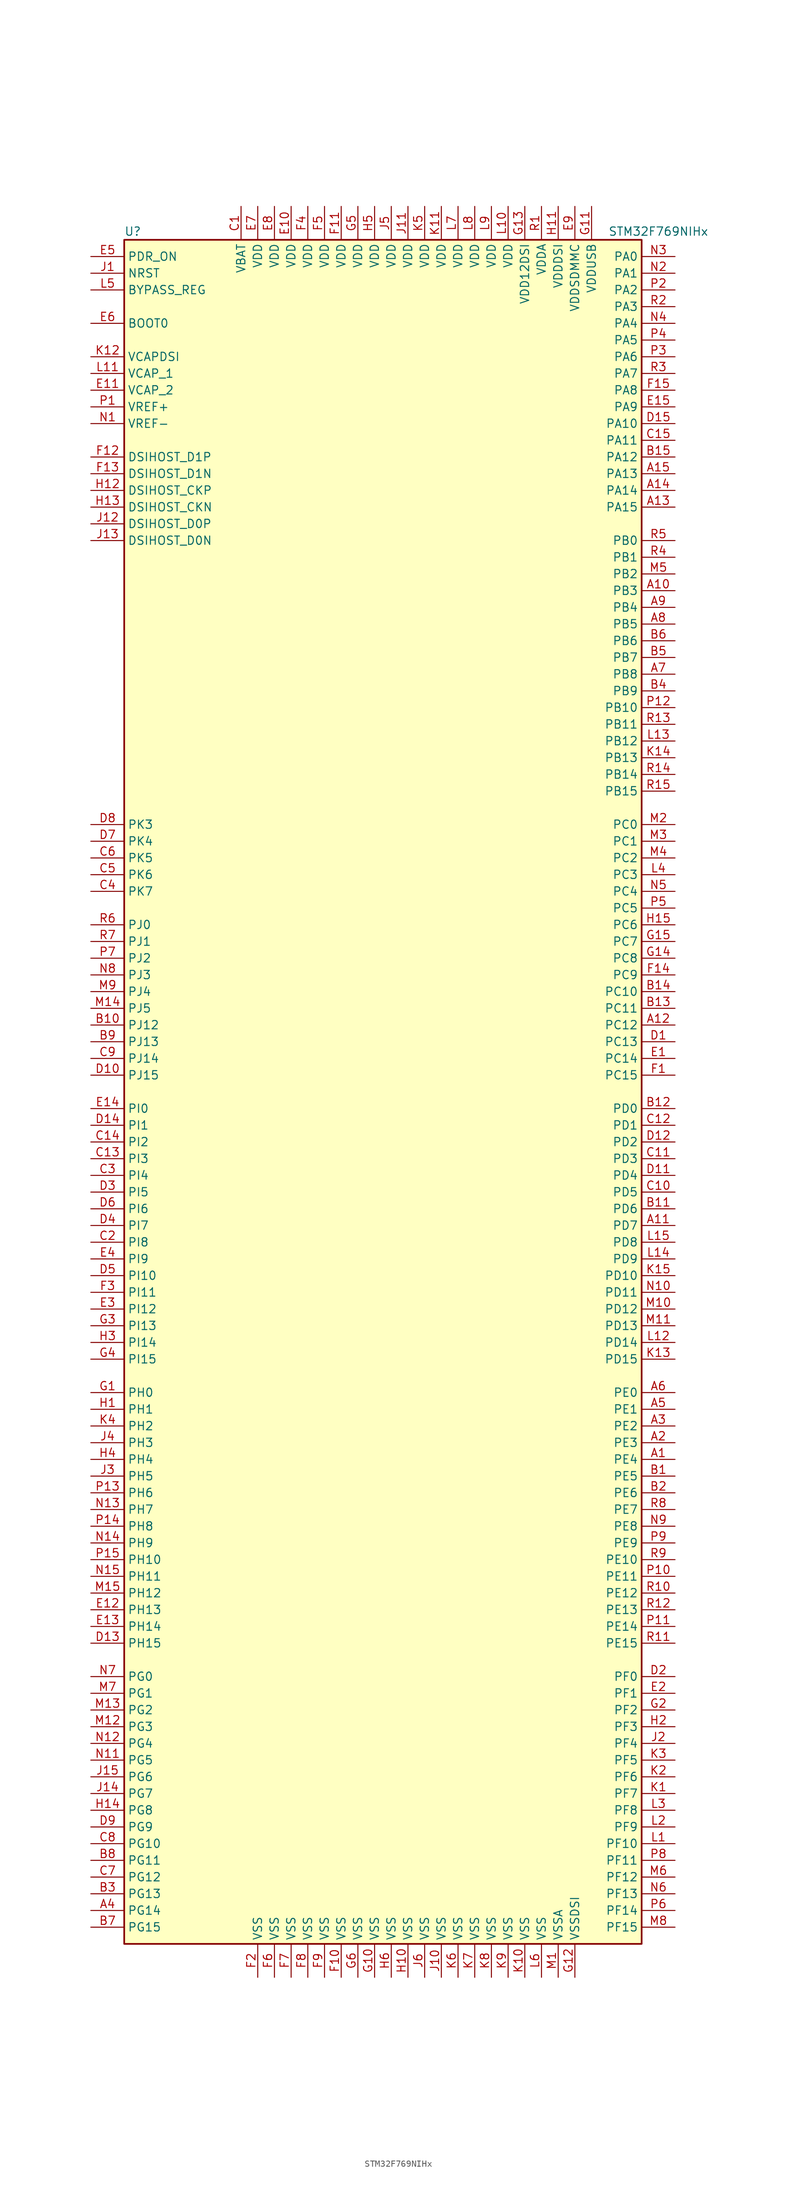
<source format=kicad_sym>
(kicad_symbol_lib
  (version 20220914)
  (generator kicad_symbol_editor)
  (symbol "STM32F769NIHx"
    (property "Reference" "U"
      (at -40.64 130.81 0)
      (effects (font (size 1.27 1.27)) (justify left)))
    (property "Value" "STM32F769NIHx"
      (at 33.02 130.81 0)
      (effects (font (size 1.27 1.27)) (justify left)))
    (symbol "STM32F769NIHx_0_1"
      (rectangle (start -40.64 -129.54) (end 38.1 129.54) (stroke (width 0.254) (type default)) (fill (type background))))
    (symbol "STM32F769NIHx_1_1"
      (pin bidirectional line (at 43.18 -55.88 180) (length 5.08) (name "PE4" (effects (font (size 1.27 1.27)))) (number "A1" (effects (font (size 1.27 1.27)))))
      (pin bidirectional line (at 43.18 76.2 180) (length 5.08) (name "PB3" (effects (font (size 1.27 1.27)))) (number "A10" (effects (font (size 1.27 1.27)))))
      (pin bidirectional line (at 43.18 -20.32 180) (length 5.08) (name "PD7" (effects (font (size 1.27 1.27)))) (number "A11" (effects (font (size 1.27 1.27)))))
      (pin bidirectional line (at 43.18 10.16 180) (length 5.08) (name "PC12" (effects (font (size 1.27 1.27)))) (number "A12" (effects (font (size 1.27 1.27)))))
      (pin bidirectional line (at 43.18 88.9 180) (length 5.08) (name "PA15" (effects (font (size 1.27 1.27)))) (number "A13" (effects (font (size 1.27 1.27)))))
      (pin bidirectional line (at 43.18 91.44 180) (length 5.08) (name "PA14" (effects (font (size 1.27 1.27)))) (number "A14" (effects (font (size 1.27 1.27)))))
      (pin bidirectional line (at 43.18 93.98 180) (length 5.08) (name "PA13" (effects (font (size 1.27 1.27)))) (number "A15" (effects (font (size 1.27 1.27)))))
      (pin bidirectional line (at 43.18 -53.34 180) (length 5.08) (name "PE3" (effects (font (size 1.27 1.27)))) (number "A2" (effects (font (size 1.27 1.27)))))
      (pin bidirectional line (at 43.18 -50.8 180) (length 5.08) (name "PE2" (effects (font (size 1.27 1.27)))) (number "A3" (effects (font (size 1.27 1.27)))))
      (pin bidirectional line (at -45.72 -124.46 0) (length 5.08) (name "PG14" (effects (font (size 1.27 1.27)))) (number "A4" (effects (font (size 1.27 1.27)))))
      (pin bidirectional line (at 43.18 -48.26 180) (length 5.08) (name "PE1" (effects (font (size 1.27 1.27)))) (number "A5" (effects (font (size 1.27 1.27)))))
      (pin bidirectional line (at 43.18 -45.72 180) (length 5.08) (name "PE0" (effects (font (size 1.27 1.27)))) (number "A6" (effects (font (size 1.27 1.27)))))
      (pin bidirectional line (at 43.18 63.5 180) (length 5.08) (name "PB8" (effects (font (size 1.27 1.27)))) (number "A7" (effects (font (size 1.27 1.27)))))
      (pin bidirectional line (at 43.18 71.12 180) (length 5.08) (name "PB5" (effects (font (size 1.27 1.27)))) (number "A8" (effects (font (size 1.27 1.27)))))
      (pin bidirectional line (at 43.18 73.66 180) (length 5.08) (name "PB4" (effects (font (size 1.27 1.27)))) (number "A9" (effects (font (size 1.27 1.27)))))
      (pin bidirectional line (at 43.18 -58.42 180) (length 5.08) (name "PE5" (effects (font (size 1.27 1.27)))) (number "B1" (effects (font (size 1.27 1.27)))))
      (pin bidirectional line (at -45.72 10.16 0) (length 5.08) (name "PJ12" (effects (font (size 1.27 1.27)))) (number "B10" (effects (font (size 1.27 1.27)))))
      (pin bidirectional line (at 43.18 -17.78 180) (length 5.08) (name "PD6" (effects (font (size 1.27 1.27)))) (number "B11" (effects (font (size 1.27 1.27)))))
      (pin bidirectional line (at 43.18 -2.54 180) (length 5.08) (name "PD0" (effects (font (size 1.27 1.27)))) (number "B12" (effects (font (size 1.27 1.27)))))
      (pin bidirectional line (at 43.18 12.7 180) (length 5.08) (name "PC11" (effects (font (size 1.27 1.27)))) (number "B13" (effects (font (size 1.27 1.27)))))
      (pin bidirectional line (at 43.18 15.24 180) (length 5.08) (name "PC10" (effects (font (size 1.27 1.27)))) (number "B14" (effects (font (size 1.27 1.27)))))
      (pin bidirectional line (at 43.18 96.52 180) (length 5.08) (name "PA12" (effects (font (size 1.27 1.27)))) (number "B15" (effects (font (size 1.27 1.27)))))
      (pin bidirectional line (at 43.18 -60.96 180) (length 5.08) (name "PE6" (effects (font (size 1.27 1.27)))) (number "B2" (effects (font (size 1.27 1.27)))))
      (pin bidirectional line (at -45.72 -121.92 0) (length 5.08) (name "PG13" (effects (font (size 1.27 1.27)))) (number "B3" (effects (font (size 1.27 1.27)))))
      (pin bidirectional line (at 43.18 60.96 180) (length 5.08) (name "PB9" (effects (font (size 1.27 1.27)))) (number "B4" (effects (font (size 1.27 1.27)))))
      (pin bidirectional line (at 43.18 66.04 180) (length 5.08) (name "PB7" (effects (font (size 1.27 1.27)))) (number "B5" (effects (font (size 1.27 1.27)))))
      (pin bidirectional line (at 43.18 68.58 180) (length 5.08) (name "PB6" (effects (font (size 1.27 1.27)))) (number "B6" (effects (font (size 1.27 1.27)))))
      (pin bidirectional line (at -45.72 -127 0) (length 5.08) (name "PG15" (effects (font (size 1.27 1.27)))) (number "B7" (effects (font (size 1.27 1.27)))))
      (pin bidirectional line (at -45.72 -116.84 0) (length 5.08) (name "PG11" (effects (font (size 1.27 1.27)))) (number "B8" (effects (font (size 1.27 1.27)))))
      (pin bidirectional line (at -45.72 7.62 0) (length 5.08) (name "PJ13" (effects (font (size 1.27 1.27)))) (number "B9" (effects (font (size 1.27 1.27)))))
      (pin power_in line (at -22.86 134.62 270) (length 5.08) (name "VBAT" (effects (font (size 1.27 1.27)))) (number "C1" (effects (font (size 1.27 1.27)))))
      (pin bidirectional line (at 43.18 -15.24 180) (length 5.08) (name "PD5" (effects (font (size 1.27 1.27)))) (number "C10" (effects (font (size 1.27 1.27)))))
      (pin bidirectional line (at 43.18 -10.16 180) (length 5.08) (name "PD3" (effects (font (size 1.27 1.27)))) (number "C11" (effects (font (size 1.27 1.27)))))
      (pin bidirectional line (at 43.18 -5.08 180) (length 5.08) (name "PD1" (effects (font (size 1.27 1.27)))) (number "C12" (effects (font (size 1.27 1.27)))))
      (pin bidirectional line (at -45.72 -10.16 0) (length 5.08) (name "PI3" (effects (font (size 1.27 1.27)))) (number "C13" (effects (font (size 1.27 1.27)))))
      (pin bidirectional line (at -45.72 -7.62 0) (length 5.08) (name "PI2" (effects (font (size 1.27 1.27)))) (number "C14" (effects (font (size 1.27 1.27)))))
      (pin bidirectional line (at 43.18 99.06 180) (length 5.08) (name "PA11" (effects (font (size 1.27 1.27)))) (number "C15" (effects (font (size 1.27 1.27)))))
      (pin bidirectional line (at -45.72 -22.86 0) (length 5.08) (name "PI8" (effects (font (size 1.27 1.27)))) (number "C2" (effects (font (size 1.27 1.27)))))
      (pin bidirectional line (at -45.72 -12.7 0) (length 5.08) (name "PI4" (effects (font (size 1.27 1.27)))) (number "C3" (effects (font (size 1.27 1.27)))))
      (pin bidirectional line (at -45.72 30.48 0) (length 5.08) (name "PK7" (effects (font (size 1.27 1.27)))) (number "C4" (effects (font (size 1.27 1.27)))))
      (pin bidirectional line (at -45.72 33.02 0) (length 5.08) (name "PK6" (effects (font (size 1.27 1.27)))) (number "C5" (effects (font (size 1.27 1.27)))))
      (pin bidirectional line (at -45.72 35.56 0) (length 5.08) (name "PK5" (effects (font (size 1.27 1.27)))) (number "C6" (effects (font (size 1.27 1.27)))))
      (pin bidirectional line (at -45.72 -119.38 0) (length 5.08) (name "PG12" (effects (font (size 1.27 1.27)))) (number "C7" (effects (font (size 1.27 1.27)))))
      (pin bidirectional line (at -45.72 -114.3 0) (length 5.08) (name "PG10" (effects (font (size 1.27 1.27)))) (number "C8" (effects (font (size 1.27 1.27)))))
      (pin bidirectional line (at -45.72 5.08 0) (length 5.08) (name "PJ14" (effects (font (size 1.27 1.27)))) (number "C9" (effects (font (size 1.27 1.27)))))
      (pin bidirectional line (at 43.18 7.62 180) (length 5.08) (name "PC13" (effects (font (size 1.27 1.27)))) (number "D1" (effects (font (size 1.27 1.27)))))
      (pin bidirectional line (at -45.72 2.54 0) (length 5.08) (name "PJ15" (effects (font (size 1.27 1.27)))) (number "D10" (effects (font (size 1.27 1.27)))))
      (pin bidirectional line (at 43.18 -12.7 180) (length 5.08) (name "PD4" (effects (font (size 1.27 1.27)))) (number "D11" (effects (font (size 1.27 1.27)))))
      (pin bidirectional line (at 43.18 -7.62 180) (length 5.08) (name "PD2" (effects (font (size 1.27 1.27)))) (number "D12" (effects (font (size 1.27 1.27)))))
      (pin bidirectional line (at -45.72 -83.82 0) (length 5.08) (name "PH15" (effects (font (size 1.27 1.27)))) (number "D13" (effects (font (size 1.27 1.27)))))
      (pin bidirectional line (at -45.72 -5.08 0) (length 5.08) (name "PI1" (effects (font (size 1.27 1.27)))) (number "D14" (effects (font (size 1.27 1.27)))))
      (pin bidirectional line (at 43.18 101.6 180) (length 5.08) (name "PA10" (effects (font (size 1.27 1.27)))) (number "D15" (effects (font (size 1.27 1.27)))))
      (pin bidirectional line (at 43.18 -88.9 180) (length 5.08) (name "PF0" (effects (font (size 1.27 1.27)))) (number "D2" (effects (font (size 1.27 1.27)))))
      (pin bidirectional line (at -45.72 -15.24 0) (length 5.08) (name "PI5" (effects (font (size 1.27 1.27)))) (number "D3" (effects (font (size 1.27 1.27)))))
      (pin bidirectional line (at -45.72 -20.32 0) (length 5.08) (name "PI7" (effects (font (size 1.27 1.27)))) (number "D4" (effects (font (size 1.27 1.27)))))
      (pin bidirectional line (at -45.72 -27.94 0) (length 5.08) (name "PI10" (effects (font (size 1.27 1.27)))) (number "D5" (effects (font (size 1.27 1.27)))))
      (pin bidirectional line (at -45.72 -17.78 0) (length 5.08) (name "PI6" (effects (font (size 1.27 1.27)))) (number "D6" (effects (font (size 1.27 1.27)))))
      (pin bidirectional line (at -45.72 38.1 0) (length 5.08) (name "PK4" (effects (font (size 1.27 1.27)))) (number "D7" (effects (font (size 1.27 1.27)))))
      (pin bidirectional line (at -45.72 40.64 0) (length 5.08) (name "PK3" (effects (font (size 1.27 1.27)))) (number "D8" (effects (font (size 1.27 1.27)))))
      (pin bidirectional line (at -45.72 -111.76 0) (length 5.08) (name "PG9" (effects (font (size 1.27 1.27)))) (number "D9" (effects (font (size 1.27 1.27)))))
      (pin bidirectional line (at 43.18 5.08 180) (length 5.08) (name "PC14" (effects (font (size 1.27 1.27)))) (number "E1" (effects (font (size 1.27 1.27)))))
      (pin power_in line (at -15.24 134.62 270) (length 5.08) (name "VDD" (effects (font (size 1.27 1.27)))) (number "E10" (effects (font (size 1.27 1.27)))))
      (pin power_in line (at -45.72 106.68 0) (length 5.08) (name "VCAP_2" (effects (font (size 1.27 1.27)))) (number "E11" (effects (font (size 1.27 1.27)))))
      (pin bidirectional line (at -45.72 -78.74 0) (length 5.08) (name "PH13" (effects (font (size 1.27 1.27)))) (number "E12" (effects (font (size 1.27 1.27)))))
      (pin bidirectional line (at -45.72 -81.28 0) (length 5.08) (name "PH14" (effects (font (size 1.27 1.27)))) (number "E13" (effects (font (size 1.27 1.27)))))
      (pin bidirectional line (at -45.72 -2.54 0) (length 5.08) (name "PI0" (effects (font (size 1.27 1.27)))) (number "E14" (effects (font (size 1.27 1.27)))))
      (pin bidirectional line (at 43.18 104.14 180) (length 5.08) (name "PA9" (effects (font (size 1.27 1.27)))) (number "E15" (effects (font (size 1.27 1.27)))))
      (pin bidirectional line (at 43.18 -91.44 180) (length 5.08) (name "PF1" (effects (font (size 1.27 1.27)))) (number "E2" (effects (font (size 1.27 1.27)))))
      (pin bidirectional line (at -45.72 -33.02 0) (length 5.08) (name "PI12" (effects (font (size 1.27 1.27)))) (number "E3" (effects (font (size 1.27 1.27)))))
      (pin bidirectional line (at -45.72 -25.4 0) (length 5.08) (name "PI9" (effects (font (size 1.27 1.27)))) (number "E4" (effects (font (size 1.27 1.27)))))
      (pin input line (at -45.72 127 0) (length 5.08) (name "PDR_ON" (effects (font (size 1.27 1.27)))) (number "E5" (effects (font (size 1.27 1.27)))))
      (pin input line (at -45.72 116.84 0) (length 5.08) (name "BOOT0" (effects (font (size 1.27 1.27)))) (number "E6" (effects (font (size 1.27 1.27)))))
      (pin power_in line (at -20.32 134.62 270) (length 5.08) (name "VDD" (effects (font (size 1.27 1.27)))) (number "E7" (effects (font (size 1.27 1.27)))))
      (pin power_in line (at -17.78 134.62 270) (length 5.08) (name "VDD" (effects (font (size 1.27 1.27)))) (number "E8" (effects (font (size 1.27 1.27)))))
      (pin power_in line (at 27.94 134.62 270) (length 5.08) (name "VDDSDMMC" (effects (font (size 1.27 1.27)))) (number "E9" (effects (font (size 1.27 1.27)))))
      (pin bidirectional line (at 43.18 2.54 180) (length 5.08) (name "PC15" (effects (font (size 1.27 1.27)))) (number "F1" (effects (font (size 1.27 1.27)))))
      (pin power_in line (at -7.62 -134.62 90) (length 5.08) (name "VSS" (effects (font (size 1.27 1.27)))) (number "F10" (effects (font (size 1.27 1.27)))))
      (pin power_in line (at -7.62 134.62 270) (length 5.08) (name "VDD" (effects (font (size 1.27 1.27)))) (number "F11" (effects (font (size 1.27 1.27)))))
      (pin bidirectional line (at -45.72 96.52 0) (length 5.08) (name "DSIHOST_D1P" (effects (font (size 1.27 1.27)))) (number "F12" (effects (font (size 1.27 1.27)))))
      (pin bidirectional line (at -45.72 93.98 0) (length 5.08) (name "DSIHOST_D1N" (effects (font (size 1.27 1.27)))) (number "F13" (effects (font (size 1.27 1.27)))))
      (pin bidirectional line (at 43.18 17.78 180) (length 5.08) (name "PC9" (effects (font (size 1.27 1.27)))) (number "F14" (effects (font (size 1.27 1.27)))))
      (pin bidirectional line (at 43.18 106.68 180) (length 5.08) (name "PA8" (effects (font (size 1.27 1.27)))) (number "F15" (effects (font (size 1.27 1.27)))))
      (pin power_in line (at -20.32 -134.62 90) (length 5.08) (name "VSS" (effects (font (size 1.27 1.27)))) (number "F2" (effects (font (size 1.27 1.27)))))
      (pin bidirectional line (at -45.72 -30.48 0) (length 5.08) (name "PI11" (effects (font (size 1.27 1.27)))) (number "F3" (effects (font (size 1.27 1.27)))))
      (pin power_in line (at -12.7 134.62 270) (length 5.08) (name "VDD" (effects (font (size 1.27 1.27)))) (number "F4" (effects (font (size 1.27 1.27)))))
      (pin power_in line (at -10.16 134.62 270) (length 5.08) (name "VDD" (effects (font (size 1.27 1.27)))) (number "F5" (effects (font (size 1.27 1.27)))))
      (pin power_in line (at -17.78 -134.62 90) (length 5.08) (name "VSS" (effects (font (size 1.27 1.27)))) (number "F6" (effects (font (size 1.27 1.27)))))
      (pin power_in line (at -15.24 -134.62 90) (length 5.08) (name "VSS" (effects (font (size 1.27 1.27)))) (number "F7" (effects (font (size 1.27 1.27)))))
      (pin power_in line (at -12.7 -134.62 90) (length 5.08) (name "VSS" (effects (font (size 1.27 1.27)))) (number "F8" (effects (font (size 1.27 1.27)))))
      (pin power_in line (at -10.16 -134.62 90) (length 5.08) (name "VSS" (effects (font (size 1.27 1.27)))) (number "F9" (effects (font (size 1.27 1.27)))))
      (pin input line (at -45.72 -45.72 0) (length 5.08) (name "PH0" (effects (font (size 1.27 1.27)))) (number "G1" (effects (font (size 1.27 1.27)))))
      (pin power_in line (at -2.54 -134.62 90) (length 5.08) (name "VSS" (effects (font (size 1.27 1.27)))) (number "G10" (effects (font (size 1.27 1.27)))))
      (pin power_in line (at 30.48 134.62 270) (length 5.08) (name "VDDUSB" (effects (font (size 1.27 1.27)))) (number "G11" (effects (font (size 1.27 1.27)))))
      (pin power_in line (at 27.94 -134.62 90) (length 5.08) (name "VSSDSI" (effects (font (size 1.27 1.27)))) (number "G12" (effects (font (size 1.27 1.27)))))
      (pin power_in line (at 20.32 134.62 270) (length 5.08) (name "VDD12DSI" (effects (font (size 1.27 1.27)))) (number "G13" (effects (font (size 1.27 1.27)))))
      (pin bidirectional line (at 43.18 20.32 180) (length 5.08) (name "PC8" (effects (font (size 1.27 1.27)))) (number "G14" (effects (font (size 1.27 1.27)))))
      (pin bidirectional line (at 43.18 22.86 180) (length 5.08) (name "PC7" (effects (font (size 1.27 1.27)))) (number "G15" (effects (font (size 1.27 1.27)))))
      (pin bidirectional line (at 43.18 -93.98 180) (length 5.08) (name "PF2" (effects (font (size 1.27 1.27)))) (number "G2" (effects (font (size 1.27 1.27)))))
      (pin bidirectional line (at -45.72 -35.56 0) (length 5.08) (name "PI13" (effects (font (size 1.27 1.27)))) (number "G3" (effects (font (size 1.27 1.27)))))
      (pin bidirectional line (at -45.72 -40.64 0) (length 5.08) (name "PI15" (effects (font (size 1.27 1.27)))) (number "G4" (effects (font (size 1.27 1.27)))))
      (pin power_in line (at -5.08 134.62 270) (length 5.08) (name "VDD" (effects (font (size 1.27 1.27)))) (number "G5" (effects (font (size 1.27 1.27)))))
      (pin power_in line (at -5.08 -134.62 90) (length 5.08) (name "VSS" (effects (font (size 1.27 1.27)))) (number "G6" (effects (font (size 1.27 1.27)))))
      (pin input line (at -45.72 -48.26 0) (length 5.08) (name "PH1" (effects (font (size 1.27 1.27)))) (number "H1" (effects (font (size 1.27 1.27)))))
      (pin power_in line (at 2.54 -134.62 90) (length 5.08) (name "VSS" (effects (font (size 1.27 1.27)))) (number "H10" (effects (font (size 1.27 1.27)))))
      (pin power_in line (at 25.4 134.62 270) (length 5.08) (name "VDDDSI" (effects (font (size 1.27 1.27)))) (number "H11" (effects (font (size 1.27 1.27)))))
      (pin bidirectional line (at -45.72 91.44 0) (length 5.08) (name "DSIHOST_CKP" (effects (font (size 1.27 1.27)))) (number "H12" (effects (font (size 1.27 1.27)))))
      (pin bidirectional line (at -45.72 88.9 0) (length 5.08) (name "DSIHOST_CKN" (effects (font (size 1.27 1.27)))) (number "H13" (effects (font (size 1.27 1.27)))))
      (pin bidirectional line (at -45.72 -109.22 0) (length 5.08) (name "PG8" (effects (font (size 1.27 1.27)))) (number "H14" (effects (font (size 1.27 1.27)))))
      (pin bidirectional line (at 43.18 25.4 180) (length 5.08) (name "PC6" (effects (font (size 1.27 1.27)))) (number "H15" (effects (font (size 1.27 1.27)))))
      (pin bidirectional line (at 43.18 -96.52 180) (length 5.08) (name "PF3" (effects (font (size 1.27 1.27)))) (number "H2" (effects (font (size 1.27 1.27)))))
      (pin bidirectional line (at -45.72 -38.1 0) (length 5.08) (name "PI14" (effects (font (size 1.27 1.27)))) (number "H3" (effects (font (size 1.27 1.27)))))
      (pin bidirectional line (at -45.72 -55.88 0) (length 5.08) (name "PH4" (effects (font (size 1.27 1.27)))) (number "H4" (effects (font (size 1.27 1.27)))))
      (pin power_in line (at -2.54 134.62 270) (length 5.08) (name "VDD" (effects (font (size 1.27 1.27)))) (number "H5" (effects (font (size 1.27 1.27)))))
      (pin power_in line (at 0 -134.62 90) (length 5.08) (name "VSS" (effects (font (size 1.27 1.27)))) (number "H6" (effects (font (size 1.27 1.27)))))
      (pin input line (at -45.72 124.46 0) (length 5.08) (name "NRST" (effects (font (size 1.27 1.27)))) (number "J1" (effects (font (size 1.27 1.27)))))
      (pin power_in line (at 7.62 -134.62 90) (length 5.08) (name "VSS" (effects (font (size 1.27 1.27)))) (number "J10" (effects (font (size 1.27 1.27)))))
      (pin power_in line (at 2.54 134.62 270) (length 5.08) (name "VDD" (effects (font (size 1.27 1.27)))) (number "J11" (effects (font (size 1.27 1.27)))))
      (pin bidirectional line (at -45.72 86.36 0) (length 5.08) (name "DSIHOST_D0P" (effects (font (size 1.27 1.27)))) (number "J12" (effects (font (size 1.27 1.27)))))
      (pin bidirectional line (at -45.72 83.82 0) (length 5.08) (name "DSIHOST_D0N" (effects (font (size 1.27 1.27)))) (number "J13" (effects (font (size 1.27 1.27)))))
      (pin bidirectional line (at -45.72 -106.68 0) (length 5.08) (name "PG7" (effects (font (size 1.27 1.27)))) (number "J14" (effects (font (size 1.27 1.27)))))
      (pin bidirectional line (at -45.72 -104.14 0) (length 5.08) (name "PG6" (effects (font (size 1.27 1.27)))) (number "J15" (effects (font (size 1.27 1.27)))))
      (pin bidirectional line (at 43.18 -99.06 180) (length 5.08) (name "PF4" (effects (font (size 1.27 1.27)))) (number "J2" (effects (font (size 1.27 1.27)))))
      (pin bidirectional line (at -45.72 -58.42 0) (length 5.08) (name "PH5" (effects (font (size 1.27 1.27)))) (number "J3" (effects (font (size 1.27 1.27)))))
      (pin bidirectional line (at -45.72 -53.34 0) (length 5.08) (name "PH3" (effects (font (size 1.27 1.27)))) (number "J4" (effects (font (size 1.27 1.27)))))
      (pin power_in line (at 0 134.62 270) (length 5.08) (name "VDD" (effects (font (size 1.27 1.27)))) (number "J5" (effects (font (size 1.27 1.27)))))
      (pin power_in line (at 5.08 -134.62 90) (length 5.08) (name "VSS" (effects (font (size 1.27 1.27)))) (number "J6" (effects (font (size 1.27 1.27)))))
      (pin bidirectional line (at 43.18 -106.68 180) (length 5.08) (name "PF7" (effects (font (size 1.27 1.27)))) (number "K1" (effects (font (size 1.27 1.27)))))
      (pin power_in line (at 20.32 -134.62 90) (length 5.08) (name "VSS" (effects (font (size 1.27 1.27)))) (number "K10" (effects (font (size 1.27 1.27)))))
      (pin power_in line (at 7.62 134.62 270) (length 5.08) (name "VDD" (effects (font (size 1.27 1.27)))) (number "K11" (effects (font (size 1.27 1.27)))))
      (pin power_in line (at -45.72 111.76 0) (length 5.08) (name "VCAPDSI" (effects (font (size 1.27 1.27)))) (number "K12" (effects (font (size 1.27 1.27)))))
      (pin bidirectional line (at 43.18 -40.64 180) (length 5.08) (name "PD15" (effects (font (size 1.27 1.27)))) (number "K13" (effects (font (size 1.27 1.27)))))
      (pin bidirectional line (at 43.18 50.8 180) (length 5.08) (name "PB13" (effects (font (size 1.27 1.27)))) (number "K14" (effects (font (size 1.27 1.27)))))
      (pin bidirectional line (at 43.18 -27.94 180) (length 5.08) (name "PD10" (effects (font (size 1.27 1.27)))) (number "K15" (effects (font (size 1.27 1.27)))))
      (pin bidirectional line (at 43.18 -104.14 180) (length 5.08) (name "PF6" (effects (font (size 1.27 1.27)))) (number "K2" (effects (font (size 1.27 1.27)))))
      (pin bidirectional line (at 43.18 -101.6 180) (length 5.08) (name "PF5" (effects (font (size 1.27 1.27)))) (number "K3" (effects (font (size 1.27 1.27)))))
      (pin bidirectional line (at -45.72 -50.8 0) (length 5.08) (name "PH2" (effects (font (size 1.27 1.27)))) (number "K4" (effects (font (size 1.27 1.27)))))
      (pin power_in line (at 5.08 134.62 270) (length 5.08) (name "VDD" (effects (font (size 1.27 1.27)))) (number "K5" (effects (font (size 1.27 1.27)))))
      (pin power_in line (at 10.16 -134.62 90) (length 5.08) (name "VSS" (effects (font (size 1.27 1.27)))) (number "K6" (effects (font (size 1.27 1.27)))))
      (pin power_in line (at 12.7 -134.62 90) (length 5.08) (name "VSS" (effects (font (size 1.27 1.27)))) (number "K7" (effects (font (size 1.27 1.27)))))
      (pin power_in line (at 15.24 -134.62 90) (length 5.08) (name "VSS" (effects (font (size 1.27 1.27)))) (number "K8" (effects (font (size 1.27 1.27)))))
      (pin power_in line (at 17.78 -134.62 90) (length 5.08) (name "VSS" (effects (font (size 1.27 1.27)))) (number "K9" (effects (font (size 1.27 1.27)))))
      (pin bidirectional line (at 43.18 -114.3 180) (length 5.08) (name "PF10" (effects (font (size 1.27 1.27)))) (number "L1" (effects (font (size 1.27 1.27)))))
      (pin power_in line (at 17.78 134.62 270) (length 5.08) (name "VDD" (effects (font (size 1.27 1.27)))) (number "L10" (effects (font (size 1.27 1.27)))))
      (pin power_in line (at -45.72 109.22 0) (length 5.08) (name "VCAP_1" (effects (font (size 1.27 1.27)))) (number "L11" (effects (font (size 1.27 1.27)))))
      (pin bidirectional line (at 43.18 -38.1 180) (length 5.08) (name "PD14" (effects (font (size 1.27 1.27)))) (number "L12" (effects (font (size 1.27 1.27)))))
      (pin bidirectional line (at 43.18 53.34 180) (length 5.08) (name "PB12" (effects (font (size 1.27 1.27)))) (number "L13" (effects (font (size 1.27 1.27)))))
      (pin bidirectional line (at 43.18 -25.4 180) (length 5.08) (name "PD9" (effects (font (size 1.27 1.27)))) (number "L14" (effects (font (size 1.27 1.27)))))
      (pin bidirectional line (at 43.18 -22.86 180) (length 5.08) (name "PD8" (effects (font (size 1.27 1.27)))) (number "L15" (effects (font (size 1.27 1.27)))))
      (pin bidirectional line (at 43.18 -111.76 180) (length 5.08) (name "PF9" (effects (font (size 1.27 1.27)))) (number "L2" (effects (font (size 1.27 1.27)))))
      (pin bidirectional line (at 43.18 -109.22 180) (length 5.08) (name "PF8" (effects (font (size 1.27 1.27)))) (number "L3" (effects (font (size 1.27 1.27)))))
      (pin bidirectional line (at 43.18 33.02 180) (length 5.08) (name "PC3" (effects (font (size 1.27 1.27)))) (number "L4" (effects (font (size 1.27 1.27)))))
      (pin input line (at -45.72 121.92 0) (length 5.08) (name "BYPASS_REG" (effects (font (size 1.27 1.27)))) (number "L5" (effects (font (size 1.27 1.27)))))
      (pin power_in line (at 22.86 -134.62 90) (length 5.08) (name "VSS" (effects (font (size 1.27 1.27)))) (number "L6" (effects (font (size 1.27 1.27)))))
      (pin power_in line (at 10.16 134.62 270) (length 5.08) (name "VDD" (effects (font (size 1.27 1.27)))) (number "L7" (effects (font (size 1.27 1.27)))))
      (pin power_in line (at 12.7 134.62 270) (length 5.08) (name "VDD" (effects (font (size 1.27 1.27)))) (number "L8" (effects (font (size 1.27 1.27)))))
      (pin power_in line (at 15.24 134.62 270) (length 5.08) (name "VDD" (effects (font (size 1.27 1.27)))) (number "L9" (effects (font (size 1.27 1.27)))))
      (pin power_in line (at 25.4 -134.62 90) (length 5.08) (name "VSSA" (effects (font (size 1.27 1.27)))) (number "M1" (effects (font (size 1.27 1.27)))))
      (pin bidirectional line (at 43.18 -33.02 180) (length 5.08) (name "PD12" (effects (font (size 1.27 1.27)))) (number "M10" (effects (font (size 1.27 1.27)))))
      (pin bidirectional line (at 43.18 -35.56 180) (length 5.08) (name "PD13" (effects (font (size 1.27 1.27)))) (number "M11" (effects (font (size 1.27 1.27)))))
      (pin bidirectional line (at -45.72 -96.52 0) (length 5.08) (name "PG3" (effects (font (size 1.27 1.27)))) (number "M12" (effects (font (size 1.27 1.27)))))
      (pin bidirectional line (at -45.72 -93.98 0) (length 5.08) (name "PG2" (effects (font (size 1.27 1.27)))) (number "M13" (effects (font (size 1.27 1.27)))))
      (pin bidirectional line (at -45.72 12.7 0) (length 5.08) (name "PJ5" (effects (font (size 1.27 1.27)))) (number "M14" (effects (font (size 1.27 1.27)))))
      (pin bidirectional line (at -45.72 -76.2 0) (length 5.08) (name "PH12" (effects (font (size 1.27 1.27)))) (number "M15" (effects (font (size 1.27 1.27)))))
      (pin bidirectional line (at 43.18 40.64 180) (length 5.08) (name "PC0" (effects (font (size 1.27 1.27)))) (number "M2" (effects (font (size 1.27 1.27)))))
      (pin bidirectional line (at 43.18 38.1 180) (length 5.08) (name "PC1" (effects (font (size 1.27 1.27)))) (number "M3" (effects (font (size 1.27 1.27)))))
      (pin bidirectional line (at 43.18 35.56 180) (length 5.08) (name "PC2" (effects (font (size 1.27 1.27)))) (number "M4" (effects (font (size 1.27 1.27)))))
      (pin bidirectional line (at 43.18 78.74 180) (length 5.08) (name "PB2" (effects (font (size 1.27 1.27)))) (number "M5" (effects (font (size 1.27 1.27)))))
      (pin bidirectional line (at 43.18 -119.38 180) (length 5.08) (name "PF12" (effects (font (size 1.27 1.27)))) (number "M6" (effects (font (size 1.27 1.27)))))
      (pin bidirectional line (at -45.72 -91.44 0) (length 5.08) (name "PG1" (effects (font (size 1.27 1.27)))) (number "M7" (effects (font (size 1.27 1.27)))))
      (pin bidirectional line (at 43.18 -127 180) (length 5.08) (name "PF15" (effects (font (size 1.27 1.27)))) (number "M8" (effects (font (size 1.27 1.27)))))
      (pin bidirectional line (at -45.72 15.24 0) (length 5.08) (name "PJ4" (effects (font (size 1.27 1.27)))) (number "M9" (effects (font (size 1.27 1.27)))))
      (pin power_in line (at -45.72 101.6 0) (length 5.08) (name "VREF-" (effects (font (size 1.27 1.27)))) (number "N1" (effects (font (size 1.27 1.27)))))
      (pin bidirectional line (at 43.18 -30.48 180) (length 5.08) (name "PD11" (effects (font (size 1.27 1.27)))) (number "N10" (effects (font (size 1.27 1.27)))))
      (pin bidirectional line (at -45.72 -101.6 0) (length 5.08) (name "PG5" (effects (font (size 1.27 1.27)))) (number "N11" (effects (font (size 1.27 1.27)))))
      (pin bidirectional line (at -45.72 -99.06 0) (length 5.08) (name "PG4" (effects (font (size 1.27 1.27)))) (number "N12" (effects (font (size 1.27 1.27)))))
      (pin bidirectional line (at -45.72 -63.5 0) (length 5.08) (name "PH7" (effects (font (size 1.27 1.27)))) (number "N13" (effects (font (size 1.27 1.27)))))
      (pin bidirectional line (at -45.72 -68.58 0) (length 5.08) (name "PH9" (effects (font (size 1.27 1.27)))) (number "N14" (effects (font (size 1.27 1.27)))))
      (pin bidirectional line (at -45.72 -73.66 0) (length 5.08) (name "PH11" (effects (font (size 1.27 1.27)))) (number "N15" (effects (font (size 1.27 1.27)))))
      (pin bidirectional line (at 43.18 124.46 180) (length 5.08) (name "PA1" (effects (font (size 1.27 1.27)))) (number "N2" (effects (font (size 1.27 1.27)))))
      (pin bidirectional line (at 43.18 127 180) (length 5.08) (name "PA0" (effects (font (size 1.27 1.27)))) (number "N3" (effects (font (size 1.27 1.27)))))
      (pin bidirectional line (at 43.18 116.84 180) (length 5.08) (name "PA4" (effects (font (size 1.27 1.27)))) (number "N4" (effects (font (size 1.27 1.27)))))
      (pin bidirectional line (at 43.18 30.48 180) (length 5.08) (name "PC4" (effects (font (size 1.27 1.27)))) (number "N5" (effects (font (size 1.27 1.27)))))
      (pin bidirectional line (at 43.18 -121.92 180) (length 5.08) (name "PF13" (effects (font (size 1.27 1.27)))) (number "N6" (effects (font (size 1.27 1.27)))))
      (pin bidirectional line (at -45.72 -88.9 0) (length 5.08) (name "PG0" (effects (font (size 1.27 1.27)))) (number "N7" (effects (font (size 1.27 1.27)))))
      (pin bidirectional line (at -45.72 17.78 0) (length 5.08) (name "PJ3" (effects (font (size 1.27 1.27)))) (number "N8" (effects (font (size 1.27 1.27)))))
      (pin bidirectional line (at 43.18 -66.04 180) (length 5.08) (name "PE8" (effects (font (size 1.27 1.27)))) (number "N9" (effects (font (size 1.27 1.27)))))
      (pin power_in line (at -45.72 104.14 0) (length 5.08) (name "VREF+" (effects (font (size 1.27 1.27)))) (number "P1" (effects (font (size 1.27 1.27)))))
      (pin bidirectional line (at 43.18 -73.66 180) (length 5.08) (name "PE11" (effects (font (size 1.27 1.27)))) (number "P10" (effects (font (size 1.27 1.27)))))
      (pin bidirectional line (at 43.18 -81.28 180) (length 5.08) (name "PE14" (effects (font (size 1.27 1.27)))) (number "P11" (effects (font (size 1.27 1.27)))))
      (pin bidirectional line (at 43.18 58.42 180) (length 5.08) (name "PB10" (effects (font (size 1.27 1.27)))) (number "P12" (effects (font (size 1.27 1.27)))))
      (pin bidirectional line (at -45.72 -60.96 0) (length 5.08) (name "PH6" (effects (font (size 1.27 1.27)))) (number "P13" (effects (font (size 1.27 1.27)))))
      (pin bidirectional line (at -45.72 -66.04 0) (length 5.08) (name "PH8" (effects (font (size 1.27 1.27)))) (number "P14" (effects (font (size 1.27 1.27)))))
      (pin bidirectional line (at -45.72 -71.12 0) (length 5.08) (name "PH10" (effects (font (size 1.27 1.27)))) (number "P15" (effects (font (size 1.27 1.27)))))
      (pin bidirectional line (at 43.18 121.92 180) (length 5.08) (name "PA2" (effects (font (size 1.27 1.27)))) (number "P2" (effects (font (size 1.27 1.27)))))
      (pin bidirectional line (at 43.18 111.76 180) (length 5.08) (name "PA6" (effects (font (size 1.27 1.27)))) (number "P3" (effects (font (size 1.27 1.27)))))
      (pin bidirectional line (at 43.18 114.3 180) (length 5.08) (name "PA5" (effects (font (size 1.27 1.27)))) (number "P4" (effects (font (size 1.27 1.27)))))
      (pin bidirectional line (at 43.18 27.94 180) (length 5.08) (name "PC5" (effects (font (size 1.27 1.27)))) (number "P5" (effects (font (size 1.27 1.27)))))
      (pin bidirectional line (at 43.18 -124.46 180) (length 5.08) (name "PF14" (effects (font (size 1.27 1.27)))) (number "P6" (effects (font (size 1.27 1.27)))))
      (pin bidirectional line (at -45.72 20.32 0) (length 5.08) (name "PJ2" (effects (font (size 1.27 1.27)))) (number "P7" (effects (font (size 1.27 1.27)))))
      (pin bidirectional line (at 43.18 -116.84 180) (length 5.08) (name "PF11" (effects (font (size 1.27 1.27)))) (number "P8" (effects (font (size 1.27 1.27)))))
      (pin bidirectional line (at 43.18 -68.58 180) (length 5.08) (name "PE9" (effects (font (size 1.27 1.27)))) (number "P9" (effects (font (size 1.27 1.27)))))
      (pin power_in line (at 22.86 134.62 270) (length 5.08) (name "VDDA" (effects (font (size 1.27 1.27)))) (number "R1" (effects (font (size 1.27 1.27)))))
      (pin bidirectional line (at 43.18 -76.2 180) (length 5.08) (name "PE12" (effects (font (size 1.27 1.27)))) (number "R10" (effects (font (size 1.27 1.27)))))
      (pin bidirectional line (at 43.18 -83.82 180) (length 5.08) (name "PE15" (effects (font (size 1.27 1.27)))) (number "R11" (effects (font (size 1.27 1.27)))))
      (pin bidirectional line (at 43.18 -78.74 180) (length 5.08) (name "PE13" (effects (font (size 1.27 1.27)))) (number "R12" (effects (font (size 1.27 1.27)))))
      (pin bidirectional line (at 43.18 55.88 180) (length 5.08) (name "PB11" (effects (font (size 1.27 1.27)))) (number "R13" (effects (font (size 1.27 1.27)))))
      (pin bidirectional line (at 43.18 48.26 180) (length 5.08) (name "PB14" (effects (font (size 1.27 1.27)))) (number "R14" (effects (font (size 1.27 1.27)))))
      (pin bidirectional line (at 43.18 45.72 180) (length 5.08) (name "PB15" (effects (font (size 1.27 1.27)))) (number "R15" (effects (font (size 1.27 1.27)))))
      (pin bidirectional line (at 43.18 119.38 180) (length 5.08) (name "PA3" (effects (font (size 1.27 1.27)))) (number "R2" (effects (font (size 1.27 1.27)))))
      (pin bidirectional line (at 43.18 109.22 180) (length 5.08) (name "PA7" (effects (font (size 1.27 1.27)))) (number "R3" (effects (font (size 1.27 1.27)))))
      (pin bidirectional line (at 43.18 81.28 180) (length 5.08) (name "PB1" (effects (font (size 1.27 1.27)))) (number "R4" (effects (font (size 1.27 1.27)))))
      (pin bidirectional line (at 43.18 83.82 180) (length 5.08) (name "PB0" (effects (font (size 1.27 1.27)))) (number "R5" (effects (font (size 1.27 1.27)))))
      (pin bidirectional line (at -45.72 25.4 0) (length 5.08) (name "PJ0" (effects (font (size 1.27 1.27)))) (number "R6" (effects (font (size 1.27 1.27)))))
      (pin bidirectional line (at -45.72 22.86 0) (length 5.08) (name "PJ1" (effects (font (size 1.27 1.27)))) (number "R7" (effects (font (size 1.27 1.27)))))
      (pin bidirectional line (at 43.18 -63.5 180) (length 5.08) (name "PE7" (effects (font (size 1.27 1.27)))) (number "R8" (effects (font (size 1.27 1.27)))))
      (pin bidirectional line (at 43.18 -71.12 180) (length 5.08) (name "PE10" (effects (font (size 1.27 1.27)))) (number "R9" (effects (font (size 1.27 1.27))))))))
</source>
